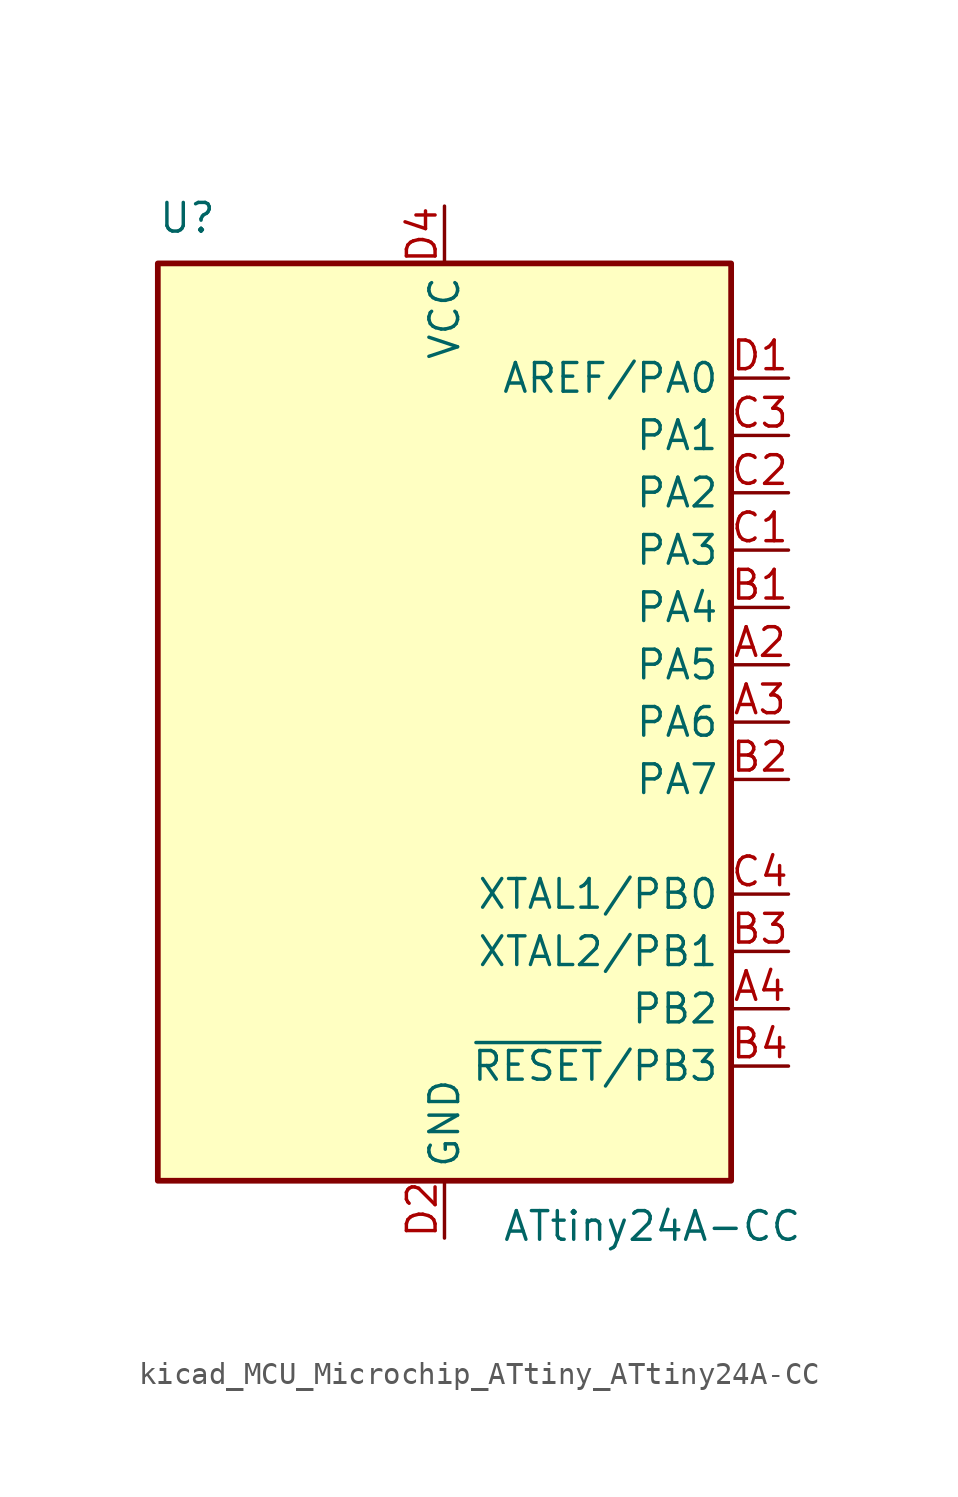
<source format=kicad_sym>
(kicad_symbol_lib
  (version 20220914)
  (generator kicad_symbol_editor)
  (symbol "kicad_MCU_Microchip_ATtiny_ATtiny24A-CC"
    (property "Reference" "U"
      (at -12.7 21.59 0)
      (effects (font (size 1.27 1.27)) (justify left bottom)))
    (property "Value" "ATtiny24A-CC"
      (at 2.54 -21.59 0)
      (effects (font (size 1.27 1.27)) (justify left top)))
    (symbol "kicad_MCU_Microchip_ATtiny_ATtiny24A-CC_0_1"
      (rectangle (start -12.7 -20.32) (end 12.7 20.32) (stroke (width 0.254) (type default)) (fill (type background))))
    (symbol "kicad_MCU_Microchip_ATtiny_ATtiny24A-CC_1_1"
      (pin bidirectional line (at 15.24 2.54 180) (length 2.54) (name "PA5" (effects (font (size 1.27 1.27)))) (number "A2" (effects (font (size 1.27 1.27)))))
      (pin bidirectional line (at 15.24 0 180) (length 2.54) (name "PA6" (effects (font (size 1.27 1.27)))) (number "A3" (effects (font (size 1.27 1.27)))))
      (pin bidirectional line (at 15.24 -12.7 180) (length 2.54) (name "PB2" (effects (font (size 1.27 1.27)))) (number "A4" (effects (font (size 1.27 1.27)))))
      (pin bidirectional line (at 15.24 5.08 180) (length 2.54) (name "PA4" (effects (font (size 1.27 1.27)))) (number "B1" (effects (font (size 1.27 1.27)))))
      (pin bidirectional line (at 15.24 -2.54 180) (length 2.54) (name "PA7" (effects (font (size 1.27 1.27)))) (number "B2" (effects (font (size 1.27 1.27)))))
      (pin bidirectional line (at 15.24 -10.16 180) (length 2.54) (name "XTAL2/PB1" (effects (font (size 1.27 1.27)))) (number "B3" (effects (font (size 1.27 1.27)))))
      (pin bidirectional line (at 15.24 -15.24 180) (length 2.54) (name "~{RESET}/PB3" (effects (font (size 1.27 1.27)))) (number "B4" (effects (font (size 1.27 1.27)))))
      (pin bidirectional line (at 15.24 7.62 180) (length 2.54) (name "PA3" (effects (font (size 1.27 1.27)))) (number "C1" (effects (font (size 1.27 1.27)))))
      (pin bidirectional line (at 15.24 10.16 180) (length 2.54) (name "PA2" (effects (font (size 1.27 1.27)))) (number "C2" (effects (font (size 1.27 1.27)))))
      (pin bidirectional line (at 15.24 12.7 180) (length 2.54) (name "PA1" (effects (font (size 1.27 1.27)))) (number "C3" (effects (font (size 1.27 1.27)))))
      (pin bidirectional line (at 15.24 -7.62 180) (length 2.54) (name "XTAL1/PB0" (effects (font (size 1.27 1.27)))) (number "C4" (effects (font (size 1.27 1.27)))))
      (pin bidirectional line (at 15.24 15.24 180) (length 2.54) (name "AREF/PA0" (effects (font (size 1.27 1.27)))) (number "D1" (effects (font (size 1.27 1.27)))))
      (pin power_in line (at 0 -22.86 90) (length 2.54) (name "GND" (effects (font (size 1.27 1.27)))) (number "D2" (effects (font (size 1.27 1.27)))))
      (pin passive line (at 0 -22.86 90) (length 2.54) hide (name "GND" (effects (font (size 1.27 1.27)))) (number "D3" (effects (font (size 1.27 1.27)))))
      (pin power_in line (at 0 22.86 270) (length 2.54) (name "VCC" (effects (font (size 1.27 1.27)))) (number "D4" (effects (font (size 1.27 1.27))))))))
</source>
